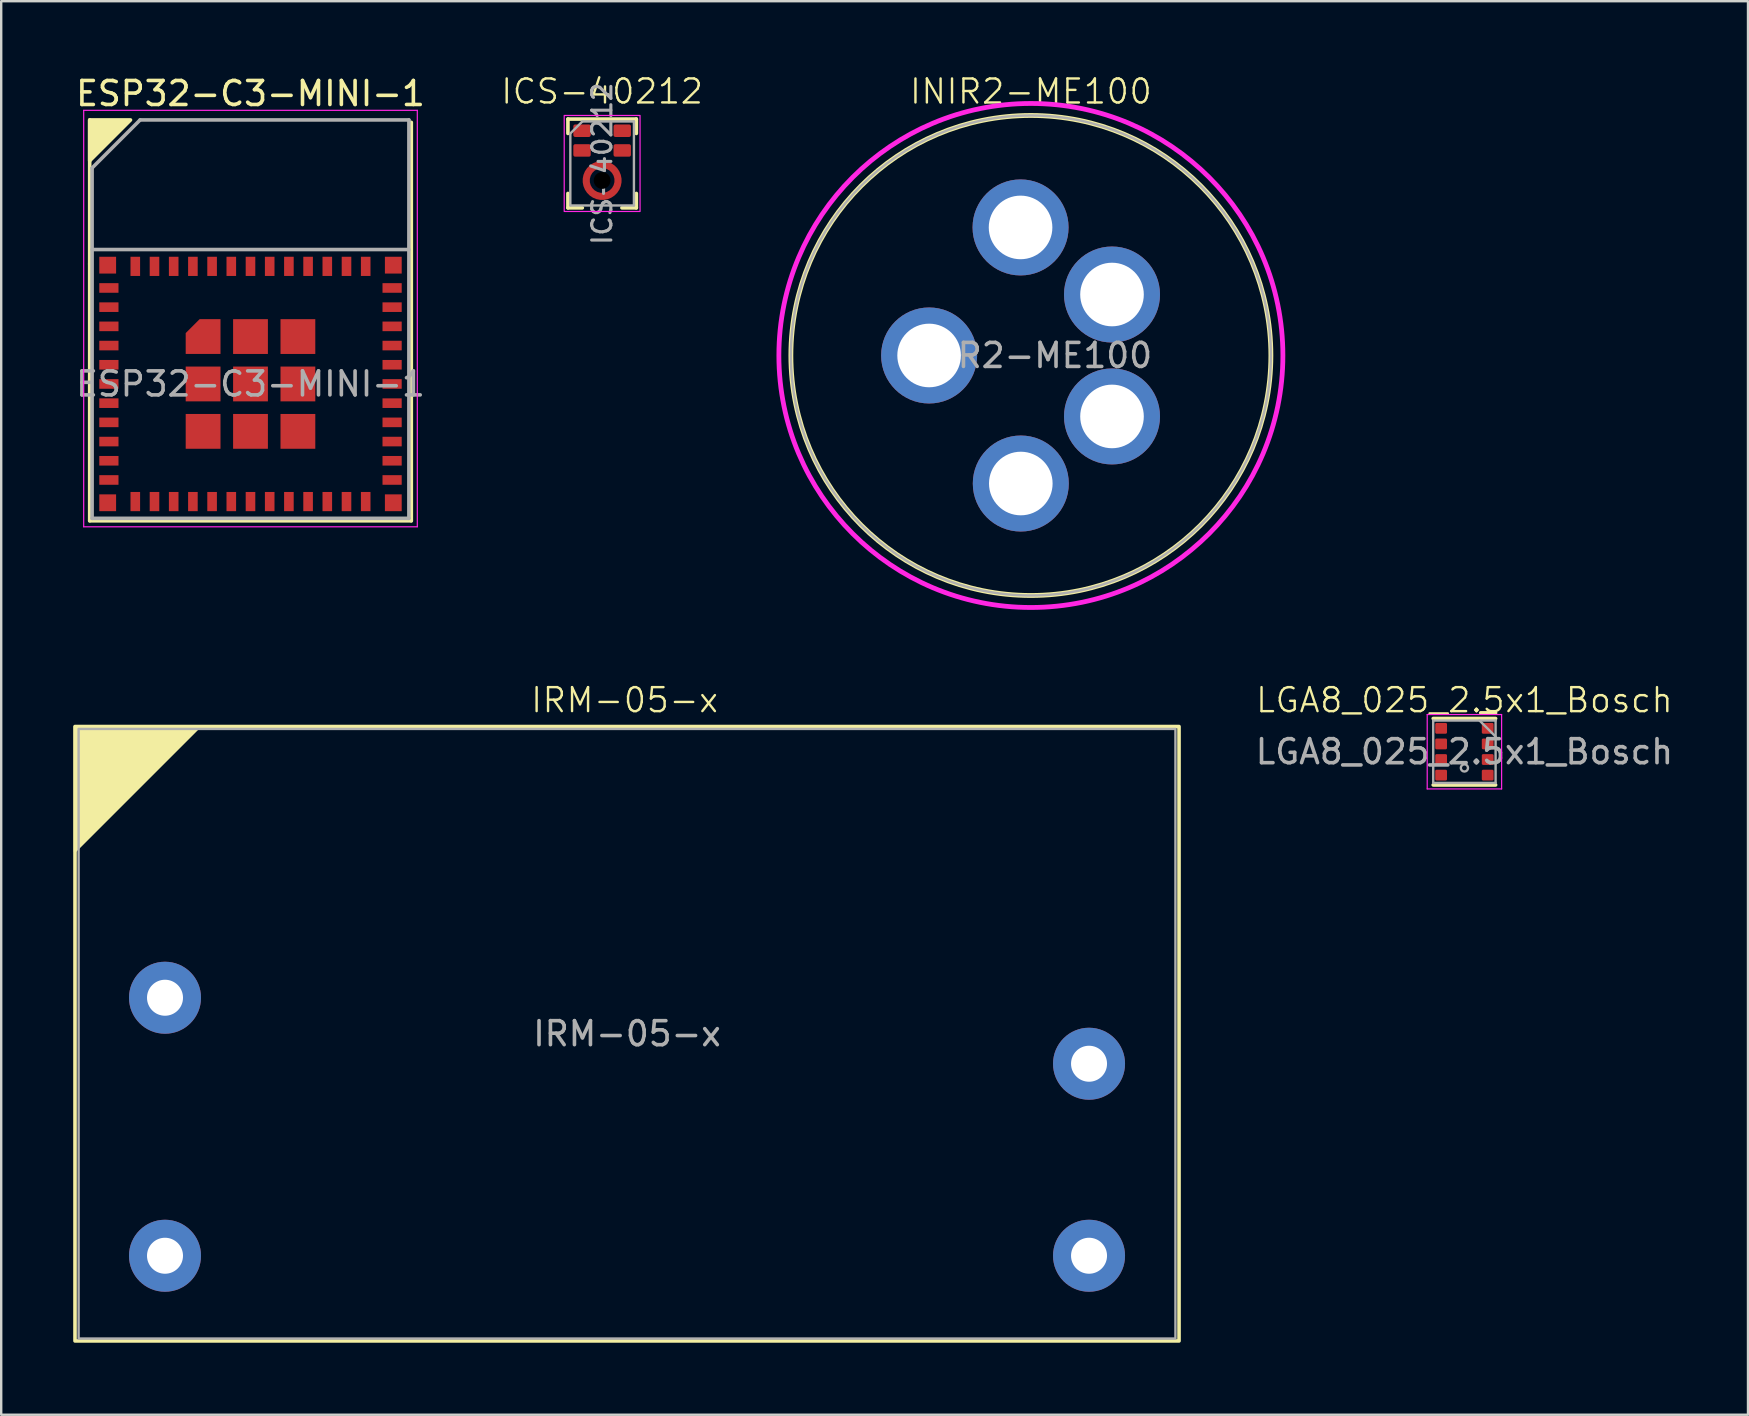
<source format=kicad_pcb>
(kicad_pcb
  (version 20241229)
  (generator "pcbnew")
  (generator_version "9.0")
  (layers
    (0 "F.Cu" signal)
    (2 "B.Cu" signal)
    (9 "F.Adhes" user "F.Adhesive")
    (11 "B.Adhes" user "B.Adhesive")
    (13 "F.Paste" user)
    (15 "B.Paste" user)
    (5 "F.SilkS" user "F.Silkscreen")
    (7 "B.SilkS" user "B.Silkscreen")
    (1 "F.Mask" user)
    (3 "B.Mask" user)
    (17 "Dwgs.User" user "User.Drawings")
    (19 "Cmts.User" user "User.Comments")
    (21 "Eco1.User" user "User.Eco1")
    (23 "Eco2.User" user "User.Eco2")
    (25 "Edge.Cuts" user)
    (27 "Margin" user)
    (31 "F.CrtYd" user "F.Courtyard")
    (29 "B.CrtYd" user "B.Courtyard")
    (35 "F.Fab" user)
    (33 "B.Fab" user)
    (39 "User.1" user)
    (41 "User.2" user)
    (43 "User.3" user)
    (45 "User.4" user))
  (footprint "INIR2-ME100"
    (layer "F.Cu")
    (at 39.902 11.761)
    (property "Reference" "INIR2-ME100" (at 0 -11 0) (unlocked yes) (layer "F.SilkS") (effects (font (size 1 1) (thickness 0.1))))
    (attr through_hole)
    (fp_circle (center 0 0) (end 10 0) (stroke (width 0.2) (type solid)) (fill no) (layer "F.SilkS"))
    (fp_circle (center 0 0) (end 10.5 0) (stroke (width 0.2) (type solid)) (fill no) (layer "F.CrtYd"))
    (fp_circle (center 0 0) (end 10 0) (stroke (width 0.1) (type solid)) (fill no) (layer "F.Fab"))
    (fp_text user "${REFERENCE}" (at 0 0 0) (unlocked yes) (layer "F.Fab") (effects (font (size 1 1) (thickness 0.15))))
    (pad "1" thru_hole circle (at -0.42 5.335 270) (size 4 4) (drill 2.65) (layers "*.Cu" "*.Mask"))
    (pad "2" thru_hole circle (at 3.38 2.54 270) (size 4 4) (drill 2.65) (layers "*.Cu" "*.Mask"))
    (pad "3" thru_hole circle (at 3.38 -2.54 270) (size 4 4) (drill 2.65) (layers "*.Cu" "*.Mask"))
    (pad "4" thru_hole circle (at -0.43 -5.335 270) (size 4 4) (drill 2.65) (layers "*.Cu" "*.Mask"))
    (pad "5" thru_hole circle (at -4.24 0 270) (size 4 4) (drill 2.65) (layers "*.Cu" "*.Mask")))
  (footprint "IRM-05-x"
    (layer "F.Cu")
    (at 23.075 40.021)
    (property "Reference" "IRM-05-x" (at -0.1 -13.9 0) (unlocked yes) (layer "F.SilkS") (effects (font (size 1 1) (thickness 0.1))))
    (attr through_hole)
    (fp_rect (start 23 12.8) (end -23 -12.8) (stroke (width 0.15) (type default)) (fill no) (layer "F.SilkS"))
    (fp_poly (pts (xy -23 -7.6) (xy -23 -12.8) (xy -17.8 -12.8)) (stroke (width 0.1) (type solid)) (fill yes) (layer "F.SilkS"))
    (fp_rect (start 22.85 12.7) (end -22.85 -12.7) (stroke (width 0.1) (type default)) (fill no) (layer "F.Fab"))
    (fp_text user "${REFERENCE}" (at 0 0 0) (unlocked yes) (layer "F.Fab") (effects (font (size 1 1) (thickness 0.15))))
    (pad "1" thru_hole circle (at -19.25 -1.5 270) (size 3 3) (drill 1.5) (layers "*.Cu" "*.Mask"))
    (pad "2" thru_hole circle (at -19.25 9.25 270) (size 3 3) (drill 1.5) (layers "*.Cu" "*.Mask"))
    (pad "3" thru_hole circle (at 19.25 9.25 270) (size 3 3) (drill 1.5) (layers "*.Cu" "*.Mask"))
    (pad "4" thru_hole circle (at 19.25 1.25 270) (size 3 3) (drill 1.5) (layers "*.Cu" "*.Mask")))
  (footprint "LGA8_025_2.5x1_Bosch"
    (layer "F.Cu")
    (at 57.965 28.271)
    (property "Reference" "LGA8_025_2.5x1_Bosch" (at 0 -2.15 0) (unlocked yes) (layer "F.SilkS") (effects (font (size 1 1) (thickness 0.1))))
    (attr smd)
    (fp_line (start -1.3 -1.385) (end 1.3 -1.385) (stroke (width 0.15) (type solid)) (layer "F.SilkS"))
    (fp_line (start -1.3 1.385) (end 1.3 1.385) (stroke (width 0.15) (type solid)) (layer "F.SilkS"))
    (fp_line (start 1.3 -1.62) (end 0.68 -1.62) (stroke (width 0.15) (type default)) (layer "F.SilkS"))
    (fp_line (start -1.55 -1.55) (end 1.55 -1.55) (stroke (width 0.05) (type solid)) (layer "F.CrtYd"))
    (fp_line (start -1.55 1.55) (end -1.55 -1.55) (stroke (width 0.05) (type solid)) (layer "F.CrtYd"))
    (fp_line (start 1.55 -1.55) (end 1.55 1.55) (stroke (width 0.05) (type solid)) (layer "F.CrtYd"))
    (fp_line (start 1.55 1.55) (end -1.55 1.55) (stroke (width 0.05) (type solid)) (layer "F.CrtYd"))
    (fp_line (start -1.3 -1.3) (end -1.3 1.3) (stroke (width 0.1) (type solid)) (layer "F.Fab"))
    (fp_line (start -1.3 1.3) (end 1.3 1.3) (stroke (width 0.1) (type solid)) (layer "F.Fab"))
    (fp_line (start 0.63 -1.3) (end 1.3 -0.63) (stroke (width 0.1) (type default)) (layer "F.Fab"))
    (fp_line (start 1.3 -1.3) (end -1.3 -1.3) (stroke (width 0.1) (type solid)) (layer "F.Fab"))
    (fp_line (start 1.3 1.3) (end 1.3 -1.3) (stroke (width 0.1) (type solid)) (layer "F.Fab"))
    (fp_circle (center 0 0.675) (end 0.15 0.675) (stroke (width 0.1) (type default)) (fill no) (layer "F.Fab"))
    (fp_text user "${REFERENCE}" (at 0 0 0) (unlocked yes) (layer "F.Fab") (effects (font (size 1 1) (thickness 0.15))))
    (pad "1" smd roundrect (at 0.97 -0.975) (size 0.49 0.45) (layers "F.Cu" "F.Mask" "F.Paste") (roundrect_rratio 0.125))
    (pad "2" smd roundrect (at 0.97 -0.325) (size 0.49 0.45) (layers "F.Cu" "F.Mask" "F.Paste") (roundrect_rratio 0.125))
    (pad "3" smd roundrect (at 0.97 0.325) (size 0.49 0.45) (layers "F.Cu" "F.Mask" "F.Paste") (roundrect_rratio 0.125))
    (pad "4" smd roundrect (at 0.97 0.975) (size 0.49 0.45) (layers "F.Cu" "F.Mask" "F.Paste") (roundrect_rratio 0.125))
    (pad "5" smd roundrect (at -0.97 0.975) (size 0.49 0.45) (layers "F.Cu" "F.Mask" "F.Paste") (roundrect_rratio 0.125))
    (pad "6" smd roundrect (at -0.97 0.325) (size 0.49 0.45) (layers "F.Cu" "F.Mask" "F.Paste") (roundrect_rratio 0.125))
    (pad "7" smd roundrect (at -0.97 -0.325) (size 0.49 0.45) (layers "F.Cu" "F.Mask" "F.Paste") (roundrect_rratio 0.125))
    (pad "8" smd roundrect (at -0.97 -0.975) (size 0.49 0.45) (layers "F.Cu" "F.Mask" "F.Paste") (roundrect_rratio 0.125)))
  (footprint "ICS-40212"
    (layer "F.Cu")
    (at 22.038 3.76)
    (property "Reference" "ICS-40212" (at 0 -3 0) (unlocked yes) (layer "F.SilkS") (effects (font (size 1 1) (thickness 0.1))))
    (attr smd)
    (fp_line (start -1.425 -1.85) (end -1.425 -1.25) (stroke (width 0.15) (type default)) (layer "F.SilkS"))
    (fp_line (start -1.425 -1.85) (end 1.425 -1.85) (stroke (width 0.15) (type default)) (layer "F.SilkS"))
    (fp_line (start -1.425 1.85) (end -1.425 1.25) (stroke (width 0.15) (type default)) (layer "F.SilkS"))
    (fp_line (start -1.425 1.85) (end -0.825 1.85) (stroke (width 0.15) (type default)) (layer "F.SilkS"))
    (fp_line (start 1.425 -1.85) (end 1.425 -1.25) (stroke (width 0.15) (type default)) (layer "F.SilkS"))
    (fp_line (start 1.425 1.85) (end 0.825 1.85) (stroke (width 0.15) (type default)) (layer "F.SilkS"))
    (fp_line (start 1.425 1.85) (end 1.425 1.25) (stroke (width 0.15) (type default)) (layer "F.SilkS"))
    (fp_poly (pts (xy -0.811 0.66) (xy -0.783 0.494) (xy -0.723 0.338) (xy -0.631 0.198) (xy -0.512 0.079) (xy -0.372 -0.013) (xy -0.215 -0.073) (xy -0.05 -0.101) (xy -0.05 0.15) (xy -0.16 0.171) (xy -0.263 0.213) (xy -0.356 0.275) (xy -0.435 0.354) (xy -0.497 0.447) (xy -0.539 0.55) (xy -0.56 0.66)) (stroke (width 0) (type solid)) (fill yes) (layer "F.Paste"))
    (fp_poly (pts (xy -0.05 1.521) (xy -0.215 1.493) (xy -0.372 1.433) (xy -0.512 1.341) (xy -0.631 1.222) (xy -0.723 1.082) (xy -0.783 0.925) (xy -0.811 0.76) (xy -0.56 0.76) (xy -0.539 0.87) (xy -0.497 0.973) (xy -0.435 1.066) (xy -0.356 1.145) (xy -0.263 1.207) (xy -0.16 1.249) (xy -0.05 1.27)) (stroke (width 0) (type solid)) (fill yes) (layer "F.Paste"))
    (fp_poly (pts (xy 0.05 -0.101) (xy 0.215 -0.073) (xy 0.372 -0.013) (xy 0.512 0.079) (xy 0.631 0.198) (xy 0.723 0.338) (xy 0.783 0.494) (xy 0.811 0.66) (xy 0.56 0.66) (xy 0.539 0.55) (xy 0.497 0.447) (xy 0.435 0.354) (xy 0.356 0.275) (xy 0.263 0.213) (xy 0.16 0.171) (xy 0.05 0.15)) (stroke (width 0) (type solid)) (fill yes) (layer "F.Paste"))
    (fp_poly (pts (xy 0.811 0.76) (xy 0.783 0.925) (xy 0.723 1.082) (xy 0.631 1.222) (xy 0.512 1.341) (xy 0.372 1.433) (xy 0.215 1.493) (xy 0.05 1.521) (xy 0.05 1.27) (xy 0.16 1.249) (xy 0.263 1.207) (xy 0.356 1.145) (xy 0.435 1.066) (xy 0.497 0.973) (xy 0.539 0.87) (xy 0.56 0.76)) (stroke (width 0) (type solid)) (fill yes) (layer "F.Paste"))
    (fp_rect (start -1.58 -2) (end 1.58 2) (stroke (width 0.05) (type solid)) (fill no) (layer "F.CrtYd"))
    (fp_line (start -1.325 -1.25) (end -1.325 1.75) (stroke (width 0.1) (type solid)) (layer "F.Fab"))
    (fp_line (start -1.325 1.75) (end 1.325 1.75) (stroke (width 0.1) (type solid)) (layer "F.Fab"))
    (fp_line (start -0.825 -1.75) (end -1.325 -1.25) (stroke (width 0.1) (type solid)) (layer "F.Fab"))
    (fp_line (start 1.325 -1.75) (end -0.825 -1.75) (stroke (width 0.1) (type solid)) (layer "F.Fab"))
    (fp_line (start 1.325 1.75) (end 1.325 -1.75) (stroke (width 0.1) (type solid)) (layer "F.Fab"))
    (fp_text user "${REFERENCE}" (at 0 0.01 90) (unlocked yes) (layer "F.Fab") (effects (font (size 0.8 0.8) (thickness 0.13))))
    (pad "" np_thru_hole circle (at 0 0.71) (size 0.7 0.7) (drill 0.7) (layers "*.Mask"))
    (pad "1" smd roundrect (at -0.838 -1.364) (size 0.725 0.522) (layers "F.Cu" "F.Mask" "F.Paste") (roundrect_rratio 0.15))
    (pad "2" smd roundrect (at -0.838 -0.542) (size 0.725 0.522) (layers "F.Cu" "F.Mask" "F.Paste") (roundrect_rratio 0.15))
    (pad "3" smd custom (at 0.662 0.71 90) (size 0.3 0.3) (layers "F.Cu" "F.Mask") (options (anchor circle)) (primitives (gr_circle (center 0 -0.662) (end 0.662 -0.662) (width 0.3) (fill no))))
    (pad "4" smd roundrect (at 0.838 -0.542) (size 0.725 0.522) (layers "F.Cu" "F.Mask" "F.Paste") (roundrect_rratio 0.15))
    (pad "5" smd roundrect (at 0.838 -1.364) (size 0.725 0.522) (layers "F.Cu" "F.Mask" "F.Paste") (roundrect_rratio 0.15)))
  (footprint "ESP32-C3-MINI-1"
    (layer "F.Cu")
    (at 7.387 12.948)
    (property "Reference" "ESP32-C3-MINI-1" (at 0 -12.1 0) (layer "F.SilkS") (effects (font (size 1 1) (thickness 0.15))))
    (attr smd)
    (fp_line (start -6.7 -5) (end -6.7 -11) (stroke (width 0.15) (type solid)) (layer "F.SilkS"))
    (fp_line (start -6.7 5.7) (end -6.7 -5) (stroke (width 0.15) (type default)) (layer "F.SilkS"))
    (fp_line (start 6.7 5.7) (end -6.7 5.7) (stroke (width 0.15) (type default)) (layer "F.SilkS"))
    (fp_line (start 6.7 5.7) (end 6.7 -10.9) (stroke (width 0.15) (type default)) (layer "F.SilkS"))
    (fp_poly (pts (xy -6.7 -11) (xy -6.7 -9.3) (xy -5 -11)) (stroke (width 0.15) (type solid)) (fill yes) (layer "F.SilkS"))
    (fp_line (start -6.95 -11.4) (end -6.95 5.95) (stroke (width 0.05) (type default)) (layer "F.CrtYd"))
    (fp_line (start 6.95 -11.4) (end -6.95 -11.4) (stroke (width 0.05) (type default)) (layer "F.CrtYd"))
    (fp_line (start 6.95 -11.4) (end 6.95 5.95) (stroke (width 0.05) (type default)) (layer "F.CrtYd"))
    (fp_line (start 6.95 5.95) (end -6.95 5.95) (stroke (width 0.05) (type default)) (layer "F.CrtYd"))
    (fp_line (start -6.6 -9) (end -6.6 5.6) (stroke (width 0.15) (type default)) (layer "F.Fab"))
    (fp_line (start -6.6 -5.6) (end 6.6 -5.6) (stroke (width 0.15) (type default)) (layer "F.Fab"))
    (fp_line (start -6.6 5.6) (end 6.6 5.6) (stroke (width 0.15) (type default)) (layer "F.Fab"))
    (fp_line (start -4.6 -11) (end -6.6 -9) (stroke (width 0.15) (type default)) (layer "F.Fab"))
    (fp_line (start 6.6 -11) (end -4.6 -11) (stroke (width 0.15) (type default)) (layer "F.Fab"))
    (fp_line (start 6.6 5.6) (end 6.6 -11) (stroke (width 0.15) (type default)) (layer "F.Fab"))
    (fp_text user "${REFERENCE}" (at 0 0 0) (unlocked yes) (layer "F.Fab") (effects (font (size 1 1) (thickness 0.15))))
    (pad "1" smd rect (at -5.9 -4 90) (size 0.4 0.8) (layers "F.Cu" "F.Mask" "F.Paste"))
    (pad "2" smd rect (at -5.9 -3.2 90) (size 0.4 0.8) (layers "F.Cu" "F.Mask" "F.Paste"))
    (pad "3" smd rect (at -5.9 -2.4 90) (size 0.4 0.8) (layers "F.Cu" "F.Mask" "F.Paste"))
    (pad "4" smd rect (at -5.9 -1.6 90) (size 0.4 0.8) (layers "F.Cu" "F.Mask" "F.Paste"))
    (pad "5" smd rect (at -5.9 -0.8 90) (size 0.4 0.8) (layers "F.Cu" "F.Mask" "F.Paste"))
    (pad "6" smd rect (at -5.9 0 90) (size 0.4 0.8) (layers "F.Cu" "F.Mask" "F.Paste"))
    (pad "7" smd rect (at -5.9 0.8 90) (size 0.4 0.8) (layers "F.Cu" "F.Mask" "F.Paste"))
    (pad "8" smd rect (at -5.9 1.6 90) (size 0.4 0.8) (layers "F.Cu" "F.Mask" "F.Paste"))
    (pad "9" smd rect (at -5.9 2.4 90) (size 0.4 0.8) (layers "F.Cu" "F.Mask" "F.Paste"))
    (pad "10" smd rect (at -5.9 3.2 90) (size 0.4 0.8) (layers "F.Cu" "F.Mask" "F.Paste"))
    (pad "11" smd rect (at -5.9 4 90) (size 0.4 0.8) (layers "F.Cu" "F.Mask" "F.Paste"))
    (pad "12" smd rect (at -4.8 4.9) (size 0.4 0.8) (layers "F.Cu" "F.Mask" "F.Paste"))
    (pad "13" smd rect (at -4 4.9) (size 0.4 0.8) (layers "F.Cu" "F.Mask" "F.Paste"))
    (pad "14" smd rect (at -3.2 4.9) (size 0.4 0.8) (layers "F.Cu" "F.Mask" "F.Paste"))
    (pad "15" smd rect (at -2.4 4.9) (size 0.4 0.8) (layers "F.Cu" "F.Mask" "F.Paste"))
    (pad "16" smd rect (at -1.6 4.9) (size 0.4 0.8) (layers "F.Cu" "F.Mask" "F.Paste"))
    (pad "17" smd rect (at -0.8 4.9) (size 0.4 0.8) (layers "F.Cu" "F.Mask" "F.Paste"))
    (pad "18" smd rect (at 0 4.9) (size 0.4 0.8) (layers "F.Cu" "F.Mask" "F.Paste"))
    (pad "19" smd rect (at 0.8 4.9) (size 0.4 0.8) (layers "F.Cu" "F.Mask" "F.Paste"))
    (pad "20" smd rect (at 1.6 4.9) (size 0.4 0.8) (layers "F.Cu" "F.Mask" "F.Paste"))
    (pad "21" smd rect (at 2.4 4.9) (size 0.4 0.8) (layers "F.Cu" "F.Mask" "F.Paste"))
    (pad "22" smd rect (at 3.2 4.9) (size 0.4 0.8) (layers "F.Cu" "F.Mask" "F.Paste"))
    (pad "23" smd rect (at 4 4.9) (size 0.4 0.8) (layers "F.Cu" "F.Mask" "F.Paste"))
    (pad "24" smd rect (at 4.8 4.9) (size 0.4 0.8) (layers "F.Cu" "F.Mask" "F.Paste"))
    (pad "25" smd rect (at 5.9 4 90) (size 0.4 0.8) (layers "F.Cu" "F.Mask" "F.Paste"))
    (pad "26" smd rect (at 5.9 3.2 90) (size 0.4 0.8) (layers "F.Cu" "F.Mask" "F.Paste"))
    (pad "27" smd rect (at 5.9 2.4 90) (size 0.4 0.8) (layers "F.Cu" "F.Mask" "F.Paste"))
    (pad "28" smd rect (at 5.9 1.6 90) (size 0.4 0.8) (layers "F.Cu" "F.Mask" "F.Paste"))
    (pad "29" smd rect (at 5.9 0.8 90) (size 0.4 0.8) (layers "F.Cu" "F.Mask" "F.Paste"))
    (pad "30" smd rect (at 5.9 0 90) (size 0.4 0.8) (layers "F.Cu" "F.Mask" "F.Paste"))
    (pad "31" smd rect (at 5.9 -0.8 90) (size 0.4 0.8) (layers "F.Cu" "F.Mask" "F.Paste"))
    (pad "32" smd rect (at 5.9 -1.6 90) (size 0.4 0.8) (layers "F.Cu" "F.Mask" "F.Paste"))
    (pad "33" smd rect (at 5.9 -2.4 90) (size 0.4 0.8) (layers "F.Cu" "F.Mask" "F.Paste"))
    (pad "34" smd rect (at 5.9 -3.2 90) (size 0.4 0.8) (layers "F.Cu" "F.Mask" "F.Paste"))
    (pad "35" smd rect (at 5.9 -4 90) (size 0.4 0.8) (layers "F.Cu" "F.Mask" "F.Paste"))
    (pad "36" smd rect (at 4.8 -4.9) (size 0.4 0.8) (layers "F.Cu" "F.Mask" "F.Paste"))
    (pad "37" smd rect (at 4 -4.9) (size 0.4 0.8) (layers "F.Cu" "F.Mask" "F.Paste"))
    (pad "38" smd rect (at 3.2 -4.9) (size 0.4 0.8) (layers "F.Cu" "F.Mask" "F.Paste"))
    (pad "39" smd rect (at 2.4 -4.9) (size 0.4 0.8) (layers "F.Cu" "F.Mask" "F.Paste"))
    (pad "40" smd rect (at 1.6 -4.9) (size 0.4 0.8) (layers "F.Cu" "F.Mask" "F.Paste"))
    (pad "41" smd rect (at 0.8 -4.9) (size 0.4 0.8) (layers "F.Cu" "F.Mask" "F.Paste"))
    (pad "42" smd rect (at 0 -4.9) (size 0.4 0.8) (layers "F.Cu" "F.Mask" "F.Paste"))
    (pad "43" smd rect (at -0.8 -4.9) (size 0.4 0.8) (layers "F.Cu" "F.Mask" "F.Paste"))
    (pad "44" smd rect (at -1.6 -4.9) (size 0.4 0.8) (layers "F.Cu" "F.Mask" "F.Paste"))
    (pad "45" smd rect (at -2.4 -4.9) (size 0.4 0.8) (layers "F.Cu" "F.Mask" "F.Paste"))
    (pad "46" smd rect (at -3.2 -4.9) (size 0.4 0.8) (layers "F.Cu" "F.Mask" "F.Paste"))
    (pad "47" smd rect (at -4 -4.9) (size 0.4 0.8) (layers "F.Cu" "F.Mask" "F.Paste"))
    (pad "48" smd rect (at -4.8 -4.9) (size 0.4 0.8) (layers "F.Cu" "F.Mask" "F.Paste"))
    (pad "49" smd rect (at -5.95 -4.95 90) (size 0.7 0.7) (layers "F.Cu" "F.Mask" "F.Paste"))
    (pad "49" smd rect (at -5.95 4.95 90) (size 0.7 0.7) (layers "F.Cu" "F.Mask" "F.Paste"))
    (pad "49" smd roundrect (at -1.975 -1.975) (size 1.45 1.45) (layers "F.Cu" "F.Mask" "F.Paste") (roundrect_rratio 0) (chamfer_ratio 0.4) (chamfer top_left))
    (pad "49" smd rect (at -1.975 0) (size 1.45 1.45) (layers "F.Cu" "F.Mask" "F.Paste"))
    (pad "49" smd rect (at -1.975 1.975) (size 1.45 1.45) (layers "F.Cu" "F.Mask" "F.Paste"))
    (pad "49" smd rect (at 0 -1.975) (size 1.45 1.45) (layers "F.Cu" "F.Mask" "F.Paste"))
    (pad "49" smd rect (at 0 0) (size 1.45 1.45) (layers "F.Cu" "F.Mask" "F.Paste"))
    (pad "49" smd rect (at 0 1.975) (size 1.45 1.45) (layers "F.Cu" "F.Mask" "F.Paste"))
    (pad "49" smd rect (at 1.975 -1.975) (size 1.45 1.45) (layers "F.Cu" "F.Mask" "F.Paste"))
    (pad "49" smd rect (at 1.975 0) (size 1.45 1.45) (layers "F.Cu" "F.Mask" "F.Paste"))
    (pad "49" smd rect (at 1.975 1.975) (size 1.45 1.45) (layers "F.Cu" "F.Mask" "F.Paste"))
    (pad "49" smd rect (at 5.95 -4.95 90) (size 0.7 0.7) (layers "F.Cu" "F.Mask" "F.Paste"))
    (pad "49" smd rect (at 5.95 4.95 90) (size 0.7 0.7) (layers "F.Cu" "F.Mask" "F.Paste")))
  (gr_rect
    (start -3 -3)
    (end 69.781 55.896)
    (stroke (width 0.1) (type default))
    (fill no)
    (layer "Edge.Cuts")))
</source>
